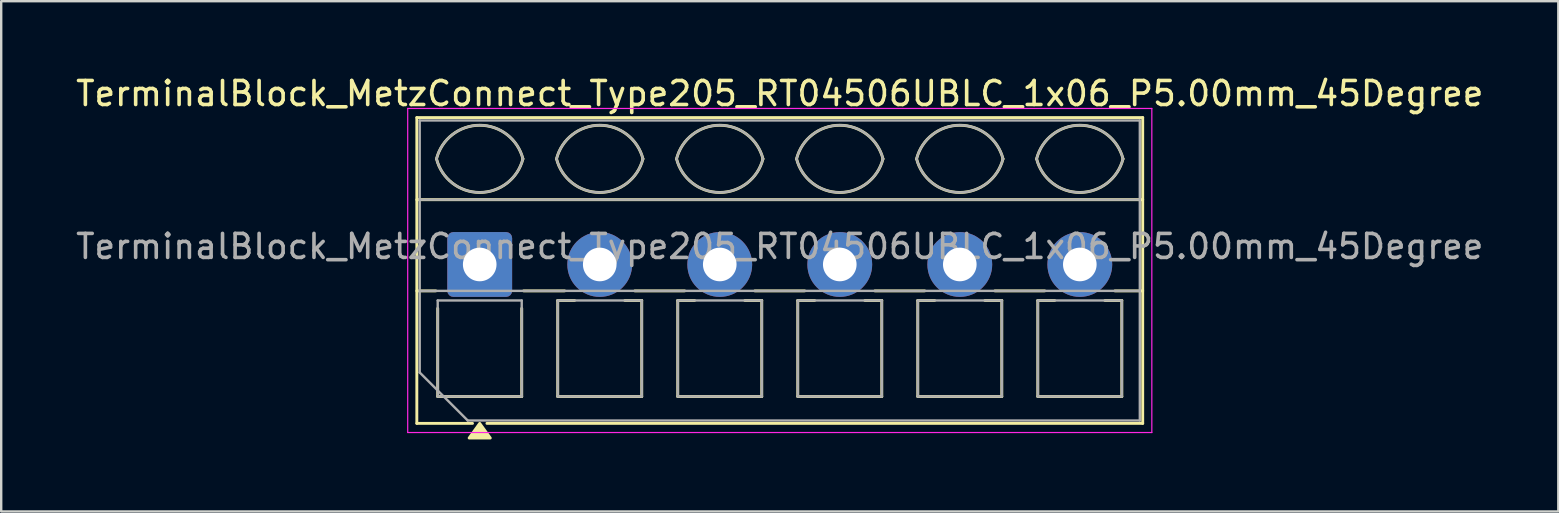
<source format=kicad_pcb>
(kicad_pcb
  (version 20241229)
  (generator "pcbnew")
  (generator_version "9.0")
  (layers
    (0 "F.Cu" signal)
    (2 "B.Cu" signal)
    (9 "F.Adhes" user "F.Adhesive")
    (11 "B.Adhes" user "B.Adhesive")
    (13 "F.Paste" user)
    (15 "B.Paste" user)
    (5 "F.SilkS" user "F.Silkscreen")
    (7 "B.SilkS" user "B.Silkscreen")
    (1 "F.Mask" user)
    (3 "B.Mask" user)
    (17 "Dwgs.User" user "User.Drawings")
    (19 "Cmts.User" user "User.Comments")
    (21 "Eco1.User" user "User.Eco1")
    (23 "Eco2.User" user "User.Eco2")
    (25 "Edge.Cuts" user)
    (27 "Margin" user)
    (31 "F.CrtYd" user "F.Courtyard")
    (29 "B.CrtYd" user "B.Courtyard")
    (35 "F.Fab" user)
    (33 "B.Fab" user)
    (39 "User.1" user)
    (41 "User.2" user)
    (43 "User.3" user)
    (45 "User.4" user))
  (footprint "TerminalBlock_MetzConnect_Type205_RT04506UBLC_1x06_P5.00mm_45Degree"
    (layer "F.Cu")
    (at 16.935 7.968)
    (property "Reference" "TerminalBlock_MetzConnect_Type205_RT04506UBLC_1x06_P5.00mm_45Degree" (at 12.5 -7.12 0) (layer "F.SilkS") (effects (font (size 1 1) (thickness 0.15))))
    (attr through_hole)
    (fp_line (start -2.62 -6.12) (end -2.62 6.62) (stroke (width 0.12) (type solid)) (layer "F.SilkS"))
    (fp_line (start -2.62 -6.12) (end 27.62 -6.12) (stroke (width 0.12) (type solid)) (layer "F.SilkS"))
    (fp_line (start -2.62 -2.7) (end 27.62 -2.7) (stroke (width 0.12) (type solid)) (layer "F.SilkS"))
    (fp_line (start -2.62 1.1) (end -1.83 1.1) (stroke (width 0.12) (type solid)) (layer "F.SilkS"))
    (fp_line (start -2.62 6.62) (end -0.3 6.62) (stroke (width 0.12) (type solid)) (layer "F.SilkS"))
    (fp_line (start -1.75 1.83) (end -1.75 5.5) (stroke (width 0.12) (type solid)) (layer "F.SilkS"))
    (fp_line (start -1.75 5.5) (end 1.75 5.5) (stroke (width 0.12) (type solid)) (layer "F.SilkS"))
    (fp_line (start 0.3 6.62) (end 27.62 6.62) (stroke (width 0.12) (type solid)) (layer "F.SilkS"))
    (fp_line (start 1.75 1.83) (end 1.75 5.5) (stroke (width 0.12) (type solid)) (layer "F.SilkS"))
    (fp_line (start 1.83 1.1) (end 3.538 1.1) (stroke (width 0.12) (type solid)) (layer "F.SilkS"))
    (fp_line (start 3.25 1.5) (end 3.25 5.5) (stroke (width 0.12) (type solid)) (layer "F.SilkS"))
    (fp_line (start 3.25 1.5) (end 3.952 1.5) (stroke (width 0.12) (type solid)) (layer "F.SilkS"))
    (fp_line (start 3.25 5.5) (end 6.75 5.5) (stroke (width 0.12) (type solid)) (layer "F.SilkS"))
    (fp_line (start 6.048 1.5) (end 6.75 1.5) (stroke (width 0.12) (type solid)) (layer "F.SilkS"))
    (fp_line (start 6.462 1.1) (end 8.538 1.1) (stroke (width 0.12) (type solid)) (layer "F.SilkS"))
    (fp_line (start 6.75 1.5) (end 6.75 5.5) (stroke (width 0.12) (type solid)) (layer "F.SilkS"))
    (fp_line (start 8.25 1.5) (end 8.25 5.5) (stroke (width 0.12) (type solid)) (layer "F.SilkS"))
    (fp_line (start 8.25 1.5) (end 8.952 1.5) (stroke (width 0.12) (type solid)) (layer "F.SilkS"))
    (fp_line (start 8.25 5.5) (end 11.75 5.5) (stroke (width 0.12) (type solid)) (layer "F.SilkS"))
    (fp_line (start 11.048 1.5) (end 11.75 1.5) (stroke (width 0.12) (type solid)) (layer "F.SilkS"))
    (fp_line (start 11.462 1.1) (end 13.538 1.1) (stroke (width 0.12) (type solid)) (layer "F.SilkS"))
    (fp_line (start 11.75 1.5) (end 11.75 5.5) (stroke (width 0.12) (type solid)) (layer "F.SilkS"))
    (fp_line (start 13.25 1.5) (end 13.25 5.5) (stroke (width 0.12) (type solid)) (layer "F.SilkS"))
    (fp_line (start 13.25 1.5) (end 13.952 1.5) (stroke (width 0.12) (type solid)) (layer "F.SilkS"))
    (fp_line (start 13.25 5.5) (end 16.75 5.5) (stroke (width 0.12) (type solid)) (layer "F.SilkS"))
    (fp_line (start 16.048 1.5) (end 16.75 1.5) (stroke (width 0.12) (type solid)) (layer "F.SilkS"))
    (fp_line (start 16.462 1.1) (end 18.538 1.1) (stroke (width 0.12) (type solid)) (layer "F.SilkS"))
    (fp_line (start 16.75 1.5) (end 16.75 5.5) (stroke (width 0.12) (type solid)) (layer "F.SilkS"))
    (fp_line (start 18.25 1.5) (end 18.25 5.5) (stroke (width 0.12) (type solid)) (layer "F.SilkS"))
    (fp_line (start 18.25 1.5) (end 18.952 1.5) (stroke (width 0.12) (type solid)) (layer "F.SilkS"))
    (fp_line (start 18.25 5.5) (end 21.75 5.5) (stroke (width 0.12) (type solid)) (layer "F.SilkS"))
    (fp_line (start 21.048 1.5) (end 21.75 1.5) (stroke (width 0.12) (type solid)) (layer "F.SilkS"))
    (fp_line (start 21.462 1.1) (end 23.538 1.1) (stroke (width 0.12) (type solid)) (layer "F.SilkS"))
    (fp_line (start 21.75 1.5) (end 21.75 5.5) (stroke (width 0.12) (type solid)) (layer "F.SilkS"))
    (fp_line (start 23.25 1.5) (end 23.25 5.5) (stroke (width 0.12) (type solid)) (layer "F.SilkS"))
    (fp_line (start 23.25 1.5) (end 23.952 1.5) (stroke (width 0.12) (type solid)) (layer "F.SilkS"))
    (fp_line (start 23.25 5.5) (end 26.75 5.5) (stroke (width 0.12) (type solid)) (layer "F.SilkS"))
    (fp_line (start 26.048 1.5) (end 26.75 1.5) (stroke (width 0.12) (type solid)) (layer "F.SilkS"))
    (fp_line (start 26.462 1.1) (end 27.62 1.1) (stroke (width 0.12) (type solid)) (layer "F.SilkS"))
    (fp_line (start 26.75 1.5) (end 26.75 5.5) (stroke (width 0.12) (type solid)) (layer "F.SilkS"))
    (fp_line (start 27.62 -6.12) (end 27.62 6.62) (stroke (width 0.12) (type solid)) (layer "F.SilkS"))
    (fp_arc (start -1.799967 -4.400128) (mid 0.000066 -5.800108) (end 1.8 -4.4) (stroke (width 0.12) (type solid)) (layer "F.SilkS"))
    (fp_arc (start 1.8 -4.4) (mid 0.000066 -2.999892) (end -1.799967 -4.399872) (stroke (width 0.12) (type solid)) (layer "F.SilkS"))
    (fp_arc (start 3.200033 -4.400128) (mid 5.000066 -5.800108) (end 6.8 -4.4) (stroke (width 0.12) (type solid)) (layer "F.SilkS"))
    (fp_arc (start 6.8 -4.4) (mid 5.000066 -2.999892) (end 3.200033 -4.399872) (stroke (width 0.12) (type solid)) (layer "F.SilkS"))
    (fp_arc (start 8.200033 -4.400128) (mid 10.000066 -5.800108) (end 11.8 -4.4) (stroke (width 0.12) (type solid)) (layer "F.SilkS"))
    (fp_arc (start 11.8 -4.4) (mid 10.000066 -2.999892) (end 8.200033 -4.399872) (stroke (width 0.12) (type solid)) (layer "F.SilkS"))
    (fp_arc (start 13.200033 -4.400128) (mid 15.000066 -5.800108) (end 16.8 -4.4) (stroke (width 0.12) (type solid)) (layer "F.SilkS"))
    (fp_arc (start 16.8 -4.4) (mid 15.000066 -2.999892) (end 13.200033 -4.399872) (stroke (width 0.12) (type solid)) (layer "F.SilkS"))
    (fp_arc (start 18.200033 -4.400128) (mid 20.000066 -5.800108) (end 21.8 -4.4) (stroke (width 0.12) (type solid)) (layer "F.SilkS"))
    (fp_arc (start 21.8 -4.4) (mid 20.000066 -2.999892) (end 18.200033 -4.399872) (stroke (width 0.12) (type solid)) (layer "F.SilkS"))
    (fp_arc (start 23.200033 -4.400128) (mid 25.000066 -5.800108) (end 26.8 -4.4) (stroke (width 0.12) (type solid)) (layer "F.SilkS"))
    (fp_arc (start 26.8 -4.4) (mid 25.000066 -2.999892) (end 23.200033 -4.399872) (stroke (width 0.12) (type solid)) (layer "F.SilkS"))
    (fp_poly (pts (xy 0 6.62) (xy 0.44 7.23) (xy -0.44 7.23)) (stroke (width 0.12) (type solid)) (fill yes) (layer "F.SilkS"))
    (fp_line (start -3 -6.5) (end -3 7) (stroke (width 0.05) (type solid)) (layer "F.CrtYd"))
    (fp_line (start -3 7) (end 28 7) (stroke (width 0.05) (type solid)) (layer "F.CrtYd"))
    (fp_line (start 28 -6.5) (end -3 -6.5) (stroke (width 0.05) (type solid)) (layer "F.CrtYd"))
    (fp_line (start 28 7) (end 28 -6.5) (stroke (width 0.05) (type solid)) (layer "F.CrtYd"))
    (fp_line (start -2.5 -6) (end 27.5 -6) (stroke (width 0.1) (type solid)) (layer "F.Fab"))
    (fp_line (start -2.5 -2.7) (end 27.5 -2.7) (stroke (width 0.1) (type solid)) (layer "F.Fab"))
    (fp_line (start -2.5 1.1) (end 27.5 1.1) (stroke (width 0.1) (type solid)) (layer "F.Fab"))
    (fp_line (start -2.5 4.5) (end -2.5 -6) (stroke (width 0.1) (type solid)) (layer "F.Fab"))
    (fp_line (start -1.75 1.5) (end -1.75 5.5) (stroke (width 0.1) (type solid)) (layer "F.Fab"))
    (fp_line (start -1.75 5.5) (end 1.75 5.5) (stroke (width 0.1) (type solid)) (layer "F.Fab"))
    (fp_line (start -0.5 6.5) (end -2.5 4.5) (stroke (width 0.1) (type solid)) (layer "F.Fab"))
    (fp_line (start 1.75 1.5) (end -1.75 1.5) (stroke (width 0.1) (type solid)) (layer "F.Fab"))
    (fp_line (start 1.75 5.5) (end 1.75 1.5) (stroke (width 0.1) (type solid)) (layer "F.Fab"))
    (fp_line (start 3.25 1.5) (end 3.25 5.5) (stroke (width 0.1) (type solid)) (layer "F.Fab"))
    (fp_line (start 3.25 5.5) (end 6.75 5.5) (stroke (width 0.1) (type solid)) (layer "F.Fab"))
    (fp_line (start 6.75 1.5) (end 3.25 1.5) (stroke (width 0.1) (type solid)) (layer "F.Fab"))
    (fp_line (start 6.75 5.5) (end 6.75 1.5) (stroke (width 0.1) (type solid)) (layer "F.Fab"))
    (fp_line (start 8.25 1.5) (end 8.25 5.5) (stroke (width 0.1) (type solid)) (layer "F.Fab"))
    (fp_line (start 8.25 5.5) (end 11.75 5.5) (stroke (width 0.1) (type solid)) (layer "F.Fab"))
    (fp_line (start 11.75 1.5) (end 8.25 1.5) (stroke (width 0.1) (type solid)) (layer "F.Fab"))
    (fp_line (start 11.75 5.5) (end 11.75 1.5) (stroke (width 0.1) (type solid)) (layer "F.Fab"))
    (fp_line (start 13.25 1.5) (end 13.25 5.5) (stroke (width 0.1) (type solid)) (layer "F.Fab"))
    (fp_line (start 13.25 5.5) (end 16.75 5.5) (stroke (width 0.1) (type solid)) (layer "F.Fab"))
    (fp_line (start 16.75 1.5) (end 13.25 1.5) (stroke (width 0.1) (type solid)) (layer "F.Fab"))
    (fp_line (start 16.75 5.5) (end 16.75 1.5) (stroke (width 0.1) (type solid)) (layer "F.Fab"))
    (fp_line (start 18.25 1.5) (end 18.25 5.5) (stroke (width 0.1) (type solid)) (layer "F.Fab"))
    (fp_line (start 18.25 5.5) (end 21.75 5.5) (stroke (width 0.1) (type solid)) (layer "F.Fab"))
    (fp_line (start 21.75 1.5) (end 18.25 1.5) (stroke (width 0.1) (type solid)) (layer "F.Fab"))
    (fp_line (start 21.75 5.5) (end 21.75 1.5) (stroke (width 0.1) (type solid)) (layer "F.Fab"))
    (fp_line (start 23.25 1.5) (end 23.25 5.5) (stroke (width 0.1) (type solid)) (layer "F.Fab"))
    (fp_line (start 23.25 5.5) (end 26.75 5.5) (stroke (width 0.1) (type solid)) (layer "F.Fab"))
    (fp_line (start 26.75 1.5) (end 23.25 1.5) (stroke (width 0.1) (type solid)) (layer "F.Fab"))
    (fp_line (start 26.75 5.5) (end 26.75 1.5) (stroke (width 0.1) (type solid)) (layer "F.Fab"))
    (fp_line (start 27.5 -6) (end 27.5 6.5) (stroke (width 0.1) (type solid)) (layer "F.Fab"))
    (fp_line (start 27.5 6.5) (end -0.5 6.5) (stroke (width 0.1) (type solid)) (layer "F.Fab"))
    (fp_arc (start -1.800846 -4.400605) (mid 0.000312 -5.801077) (end 1.801 -4.4) (stroke (width 0.1) (type solid)) (layer "F.Fab"))
    (fp_arc (start 1.8 -4.4) (mid -0.000903 -3.000646) (end -1.800445 -4.401751) (stroke (width 0.1) (type solid)) (layer "F.Fab"))
    (fp_arc (start 3.199154 -4.400605) (mid 5.000312 -5.801077) (end 6.801 -4.4) (stroke (width 0.1) (type solid)) (layer "F.Fab"))
    (fp_arc (start 6.8 -4.4) (mid 4.999097 -3.000646) (end 3.199555 -4.401751) (stroke (width 0.1) (type solid)) (layer "F.Fab"))
    (fp_arc (start 8.199154 -4.400605) (mid 10.000312 -5.801077) (end 11.801 -4.4) (stroke (width 0.1) (type solid)) (layer "F.Fab"))
    (fp_arc (start 11.8 -4.4) (mid 9.999097 -3.000646) (end 8.199555 -4.401751) (stroke (width 0.1) (type solid)) (layer "F.Fab"))
    (fp_arc (start 13.199154 -4.400605) (mid 15.000312 -5.801077) (end 16.801 -4.4) (stroke (width 0.1) (type solid)) (layer "F.Fab"))
    (fp_arc (start 16.8 -4.4) (mid 14.999097 -3.000646) (end 13.199555 -4.401751) (stroke (width 0.1) (type solid)) (layer "F.Fab"))
    (fp_arc (start 18.199154 -4.400605) (mid 20.000312 -5.801077) (end 21.801 -4.4) (stroke (width 0.1) (type solid)) (layer "F.Fab"))
    (fp_arc (start 21.8 -4.4) (mid 19.999097 -3.000646) (end 18.199555 -4.401751) (stroke (width 0.1) (type solid)) (layer "F.Fab"))
    (fp_arc (start 23.199154 -4.400605) (mid 25.000312 -5.801077) (end 26.801 -4.4) (stroke (width 0.1) (type solid)) (layer "F.Fab"))
    (fp_arc (start 26.8 -4.4) (mid 24.999097 -3.000646) (end 23.199555 -4.401751) (stroke (width 0.1) (type solid)) (layer "F.Fab"))
    (fp_text user "${REFERENCE}" (at 12.5 -0.75 0) (layer "F.Fab") (effects (font (size 1 1) (thickness 0.15))))
    (pad "1" thru_hole roundrect (at 0 0) (size 2.7 2.7) (drill 1.4) (layers "*.Cu" "*.Mask") (roundrect_rratio 0.093))
    (pad "2" thru_hole circle (at 5 0) (size 2.7 2.7) (drill 1.4) (layers "*.Cu" "*.Mask"))
    (pad "3" thru_hole circle (at 10 0) (size 2.7 2.7) (drill 1.4) (layers "*.Cu" "*.Mask"))
    (pad "4" thru_hole circle (at 15 0) (size 2.7 2.7) (drill 1.4) (layers "*.Cu" "*.Mask"))
    (pad "5" thru_hole circle (at 20 0) (size 2.7 2.7) (drill 1.4) (layers "*.Cu" "*.Mask"))
    (pad "6" thru_hole circle (at 25 0) (size 2.7 2.7) (drill 1.4) (layers "*.Cu" "*.Mask")))
  (gr_rect
    (start -3 -3)
    (end 61.869 18.258)
    (stroke (width 0.1) (type default))
    (fill no)
    (layer "Edge.Cuts")))
</source>
